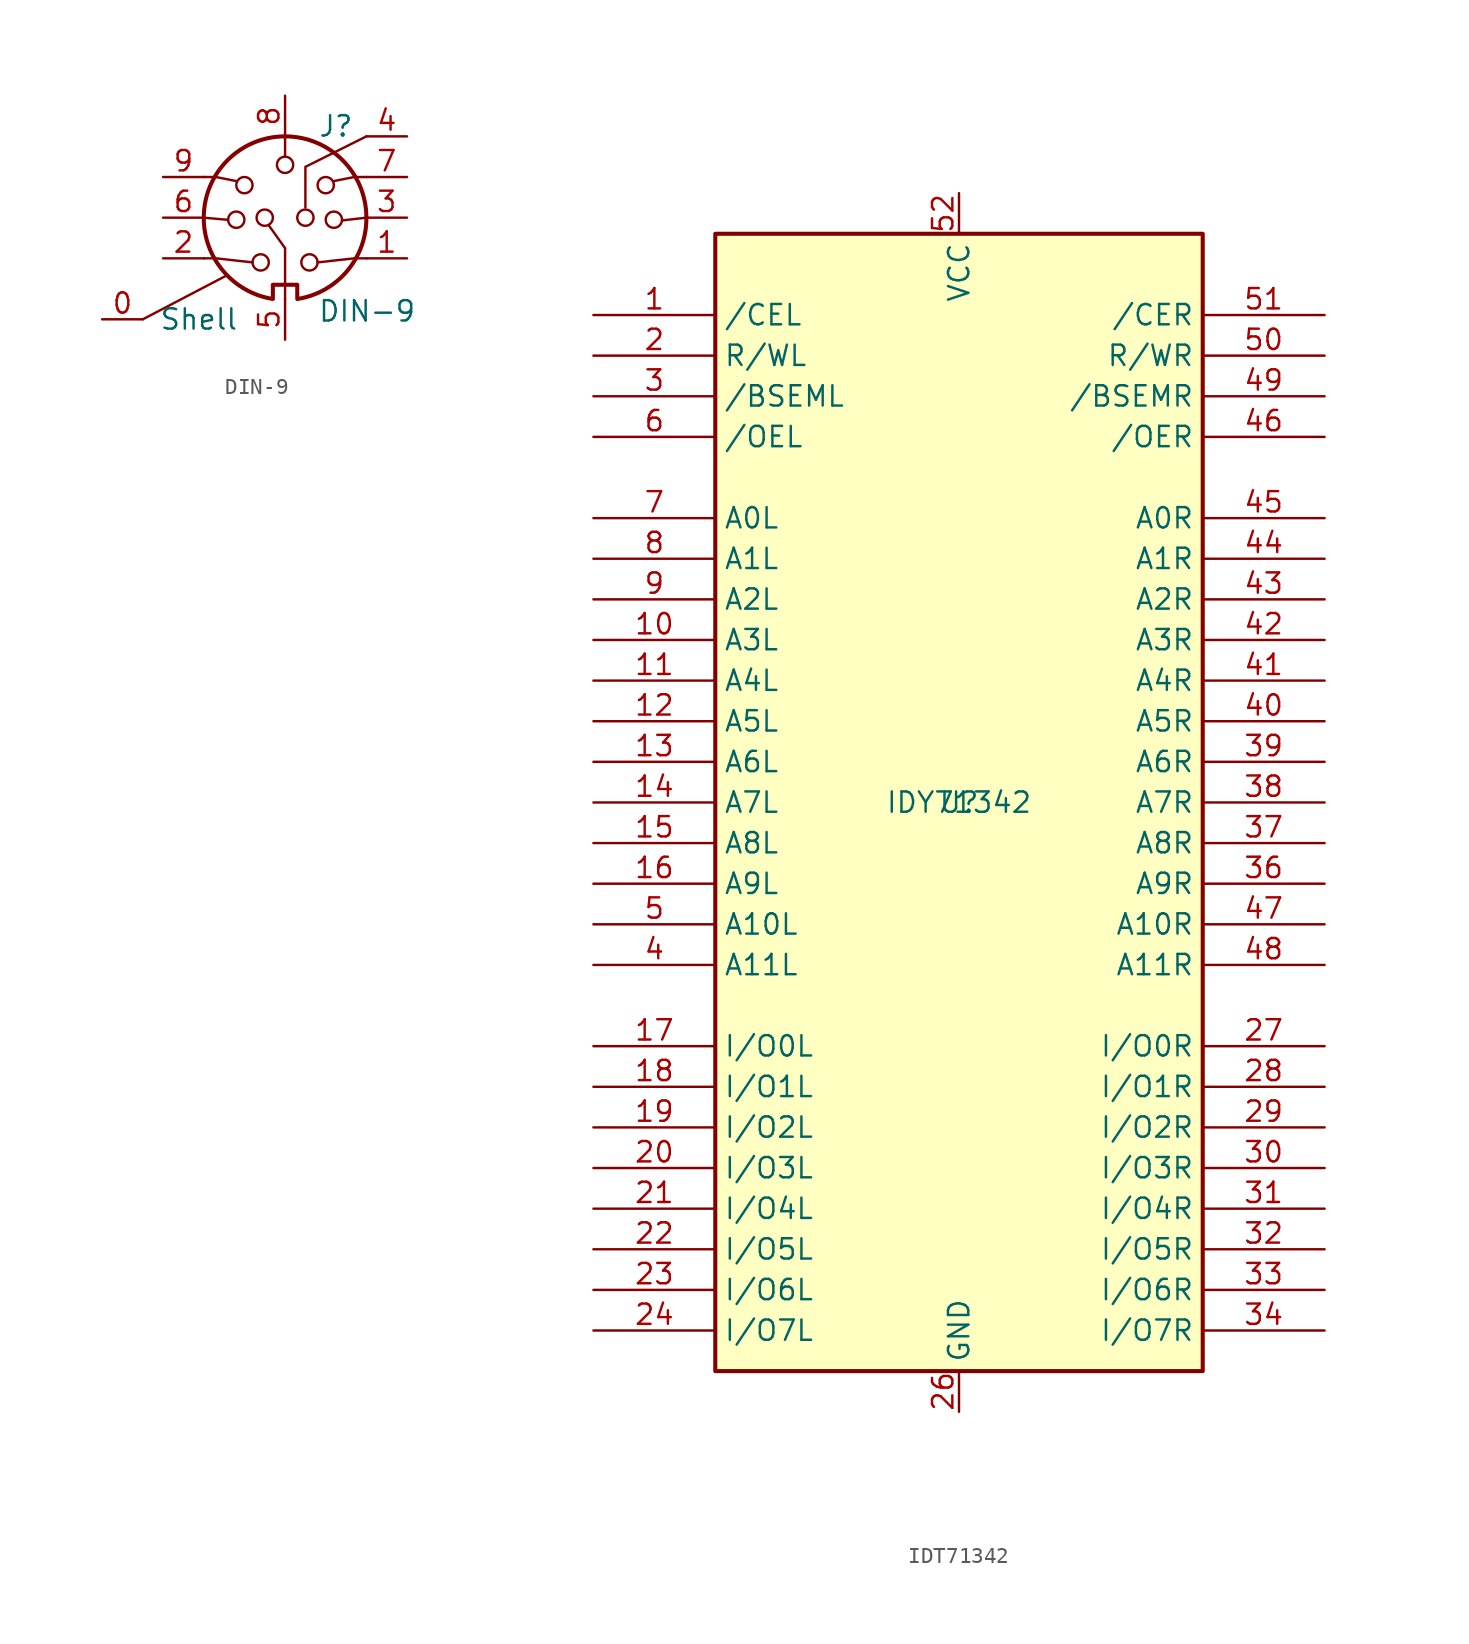
<source format=kicad_sym>
(kicad_symbol_lib
  (version 20241209)
  (generator "kicad_symbol_editor")
  (generator_version "9.0")
  (symbol "DIN-9"
    (pin_names
      (offset 1.016))
    (property "Reference" "J"
      (at 3.175 5.715 0)
      (effects (font (size 1.27 1.27))))
    (property "Value" "DIN-9"
      (at 2.032 -5.842 0)
      (effects (font (size 1.27 1.27)) (justify left)))
    (symbol "DIN-9_0_1"
      (polyline (pts (xy -8.89 -6.35) (xy -3.643 -3.605) (xy -3.643 -3.579)) (stroke (width 0) (type default)) (fill (type none)))
      (polyline (pts (xy -5.08 2.54) (xy -4.318 2.54) (xy -3.048 2.286)) (stroke (width 0) (type default)) (fill (type none)))
      (polyline (pts (xy -5.08 0) (xy -3.568 -0.135)) (stroke (width 0) (type default)) (fill (type none)))
      (polyline (pts (xy -5.08 -2.54) (xy -4.318 -2.54) (xy -2.032 -2.794)) (stroke (width 0) (type default)) (fill (type none)))
      (circle (center -3.048 -0.127) (radius 0.508) (stroke (width 0) (type default)) (fill (type none)))
      (circle (center -2.54 2.032) (radius 0.508) (stroke (width 0) (type default)) (fill (type none)))
      (circle (center -1.524 -2.794) (radius 0.508) (stroke (width 0) (type default)) (fill (type none)))
      (circle (center -1.27 0) (radius 0.508) (stroke (width 0) (type default)) (fill (type none)))
      (polyline (pts (xy -0.762 -4.953) (xy -0.762 -4.191) (xy 0.762 -4.191) (xy 0.762 -4.953)) (stroke (width 0.254) (type default)) (fill (type none)))
      (arc (start 5.08 0) (mid 3.8673 -3.3444) (end 0.762 -5.08) (stroke (width 0.254) (type default)) (fill (type none)))
      (polyline (pts (xy 0 5.08) (xy 0 3.81)) (stroke (width 0) (type default)) (fill (type none)))
      (circle (center 0 3.302) (radius 0.508) (stroke (width 0) (type default)) (fill (type none)))
      (arc (start -5.08 0) (mid 0 5.0579) (end 5.08 0) (stroke (width 0.254) (type default)) (fill (type none)))
      (polyline (pts (xy 0 -1.905) (xy -1.033 -0.457)) (stroke (width 0) (type default)) (fill (type none)))
      (polyline (pts (xy 0 -1.905) (xy 0 -5.08)) (stroke (width 0) (type default)) (fill (type none)))
      (arc (start -0.762 -5.08) (mid -3.8597 -3.3379) (end -5.08 0) (stroke (width 0.254) (type default)) (fill (type none)))
      (polyline (pts (xy 1.27 0.635) (xy 1.27 3.175) (xy 5.08 5.08)) (stroke (width 0) (type default)) (fill (type none)))
      (circle (center 1.27 0) (radius 0.508) (stroke (width 0) (type default)) (fill (type none)))
      (circle (center 1.524 -2.794) (radius 0.508) (stroke (width 0) (type default)) (fill (type none)))
      (circle (center 2.54 2.032) (radius 0.508) (stroke (width 0) (type default)) (fill (type none)))
      (circle (center 3.048 -0.127) (radius 0.508) (stroke (width 0) (type default)) (fill (type none)))
      (polyline (pts (xy 5.08 2.54) (xy 4.318 2.54) (xy 3.048 2.286)) (stroke (width 0) (type default)) (fill (type none)))
      (polyline (pts (xy 5.08 0) (xy 3.594 -0.169)) (stroke (width 0) (type default)) (fill (type none)))
      (polyline (pts (xy 5.08 -2.54) (xy 4.318 -2.54) (xy 2.032 -2.794)) (stroke (width 0) (type default)) (fill (type none))))
    (symbol "DIN-9_1_1"
      (pin passive line (at -11.43 -6.35 0) (length 2.54) (name "Shell" (effects (font (size 1.27 1.27)))) (number "0" (effects (font (size 1.27 1.27)))))
      (pin passive line (at -7.62 2.54 0) (length 2.54) (name "~" (effects (font (size 1.27 1.27)))) (number "9" (effects (font (size 1.27 1.27)))))
      (pin passive line (at -7.62 0 0) (length 2.54) (name "~" (effects (font (size 1.27 1.27)))) (number "6" (effects (font (size 1.27 1.27)))))
      (pin passive line (at -7.62 -2.54 0) (length 2.54) (name "~" (effects (font (size 1.27 1.27)))) (number "2" (effects (font (size 1.27 1.27)))))
      (pin passive line (at 0 7.62 270) (length 2.54) (name "~" (effects (font (size 1.27 1.27)))) (number "8" (effects (font (size 1.27 1.27)))))
      (pin passive line (at 0 -7.62 90) (length 2.54) (name "~" (effects (font (size 1.27 1.27)))) (number "5" (effects (font (size 1.27 1.27)))))
      (pin passive line (at 7.62 5.08 180) (length 2.54) (name "~" (effects (font (size 1.27 1.27)))) (number "4" (effects (font (size 1.27 1.27)))))
      (pin passive line (at 7.62 2.54 180) (length 2.54) (name "~" (effects (font (size 1.27 1.27)))) (number "7" (effects (font (size 1.27 1.27)))))
      (pin passive line (at 7.62 0 180) (length 2.54) (name "~" (effects (font (size 1.27 1.27)))) (number "3" (effects (font (size 1.27 1.27)))))
      (pin passive line (at 7.62 -2.54 180) (length 2.54) (name "~" (effects (font (size 1.27 1.27)))) (number "1" (effects (font (size 1.27 1.27)))))))
  (symbol "IDT71342"
    (property "Reference" "U"
      (at 0 0 0)
      (effects (font (size 1.27 1.27))))
    (property "Value" "IDY71342"
      (at 0 0 0)
      (effects (font (size 1.27 1.27))))
    (symbol "IDT71342_0_1"
      (rectangle (start -15.24 35.56) (end 15.24 -35.56) (stroke (width 0.254) (type default)) (fill (type background))))
    (symbol "IDT71342_1_0"
      (pin no_connect line (at -5.715 -38.1 90) (length 2.54) (hide yes) (name "NC" (effects (font (size 1.27 1.27)))) (number "25" (effects (font (size 1.27 1.27)))))
      (pin no_connect line (at -3.175 -38.1 90) (length 2.54) (hide yes) (name "NC" (effects (font (size 1.27 1.27)))) (number "35" (effects (font (size 1.27 1.27))))))
    (symbol "IDT71342_1_1"
      (pin input line (at -22.86 30.48 0) (length 7.62) (name "/CEL" (effects (font (size 1.27 1.27)))) (number "1" (effects (font (size 1.27 1.27)))))
      (pin input line (at -22.86 27.94 0) (length 7.62) (name "R/WL" (effects (font (size 1.27 1.27)))) (number "2" (effects (font (size 1.27 1.27)))))
      (pin output line (at -22.86 25.4 0) (length 7.62) (name "/BSEML" (effects (font (size 1.27 1.27)))) (number "3" (effects (font (size 1.27 1.27)))))
      (pin input line (at -22.86 22.86 0) (length 7.62) (name "/OEL" (effects (font (size 1.27 1.27)))) (number "6" (effects (font (size 1.27 1.27)))))
      (pin input line (at -22.86 17.78 0) (length 7.62) (name "A0L" (effects (font (size 1.27 1.27)))) (number "7" (effects (font (size 1.27 1.27)))))
      (pin input line (at -22.86 15.24 0) (length 7.62) (name "A1L" (effects (font (size 1.27 1.27)))) (number "8" (effects (font (size 1.27 1.27)))))
      (pin input line (at -22.86 12.7 0) (length 7.62) (name "A2L" (effects (font (size 1.27 1.27)))) (number "9" (effects (font (size 1.27 1.27)))))
      (pin input line (at -22.86 10.16 0) (length 7.62) (name "A3L" (effects (font (size 1.27 1.27)))) (number "10" (effects (font (size 1.27 1.27)))))
      (pin input line (at -22.86 7.62 0) (length 7.62) (name "A4L" (effects (font (size 1.27 1.27)))) (number "11" (effects (font (size 1.27 1.27)))))
      (pin input line (at -22.86 5.08 0) (length 7.62) (name "A5L" (effects (font (size 1.27 1.27)))) (number "12" (effects (font (size 1.27 1.27)))))
      (pin input line (at -22.86 2.54 0) (length 7.62) (name "A6L" (effects (font (size 1.27 1.27)))) (number "13" (effects (font (size 1.27 1.27)))))
      (pin input line (at -22.86 0 0) (length 7.62) (name "A7L" (effects (font (size 1.27 1.27)))) (number "14" (effects (font (size 1.27 1.27)))))
      (pin input line (at -22.86 -2.54 0) (length 7.62) (name "A8L" (effects (font (size 1.27 1.27)))) (number "15" (effects (font (size 1.27 1.27)))))
      (pin input line (at -22.86 -5.08 0) (length 7.62) (name "A9L" (effects (font (size 1.27 1.27)))) (number "16" (effects (font (size 1.27 1.27)))))
      (pin input line (at -22.86 -7.62 0) (length 7.62) (name "A10L" (effects (font (size 1.27 1.27)))) (number "5" (effects (font (size 1.27 1.27)))))
      (pin input line (at -22.86 -10.16 0) (length 7.62) (name "A11L" (effects (font (size 1.27 1.27)))) (number "4" (effects (font (size 1.27 1.27)))))
      (pin input line (at -22.86 -15.24 0) (length 7.62) (name "I/O0L" (effects (font (size 1.27 1.27)))) (number "17" (effects (font (size 1.27 1.27)))))
      (pin input line (at -22.86 -17.78 0) (length 7.62) (name "I/O1L" (effects (font (size 1.27 1.27)))) (number "18" (effects (font (size 1.27 1.27)))))
      (pin input line (at -22.86 -20.32 0) (length 7.62) (name "I/O2L" (effects (font (size 1.27 1.27)))) (number "19" (effects (font (size 1.27 1.27)))))
      (pin input line (at -22.86 -22.86 0) (length 7.62) (name "I/O3L" (effects (font (size 1.27 1.27)))) (number "20" (effects (font (size 1.27 1.27)))))
      (pin input line (at -22.86 -25.4 0) (length 7.62) (name "I/O4L" (effects (font (size 1.27 1.27)))) (number "21" (effects (font (size 1.27 1.27)))))
      (pin input line (at -22.86 -27.94 0) (length 7.62) (name "I/O5L" (effects (font (size 1.27 1.27)))) (number "22" (effects (font (size 1.27 1.27)))))
      (pin input line (at -22.86 -30.48 0) (length 7.62) (name "I/O6L" (effects (font (size 1.27 1.27)))) (number "23" (effects (font (size 1.27 1.27)))))
      (pin input line (at -22.86 -33.02 0) (length 7.62) (name "I/O7L" (effects (font (size 1.27 1.27)))) (number "24" (effects (font (size 1.27 1.27)))))
      (pin power_in line (at 0 38.1 270) (length 2.54) (name "VCC" (effects (font (size 1.27 1.27)))) (number "52" (effects (font (size 1.27 1.27)))))
      (pin power_in line (at 0 -38.1 90) (length 2.54) (name "GND" (effects (font (size 1.27 1.27)))) (number "26" (effects (font (size 1.27 1.27)))))
      (pin input line (at 22.86 30.48 180) (length 7.62) (name "/CER" (effects (font (size 1.27 1.27)))) (number "51" (effects (font (size 1.27 1.27)))))
      (pin input line (at 22.86 27.94 180) (length 7.62) (name "R/WR" (effects (font (size 1.27 1.27)))) (number "50" (effects (font (size 1.27 1.27)))))
      (pin output line (at 22.86 25.4 180) (length 7.62) (name "/BSEMR" (effects (font (size 1.27 1.27)))) (number "49" (effects (font (size 1.27 1.27)))))
      (pin input line (at 22.86 22.86 180) (length 7.62) (name "/OER" (effects (font (size 1.27 1.27)))) (number "46" (effects (font (size 1.27 1.27)))))
      (pin input line (at 22.86 17.78 180) (length 7.62) (name "A0R" (effects (font (size 1.27 1.27)))) (number "45" (effects (font (size 1.27 1.27)))))
      (pin input line (at 22.86 15.24 180) (length 7.62) (name "A1R" (effects (font (size 1.27 1.27)))) (number "44" (effects (font (size 1.27 1.27)))))
      (pin input line (at 22.86 12.7 180) (length 7.62) (name "A2R" (effects (font (size 1.27 1.27)))) (number "43" (effects (font (size 1.27 1.27)))))
      (pin input line (at 22.86 10.16 180) (length 7.62) (name "A3R" (effects (font (size 1.27 1.27)))) (number "42" (effects (font (size 1.27 1.27)))))
      (pin input line (at 22.86 7.62 180) (length 7.62) (name "A4R" (effects (font (size 1.27 1.27)))) (number "41" (effects (font (size 1.27 1.27)))))
      (pin input line (at 22.86 5.08 180) (length 7.62) (name "A5R" (effects (font (size 1.27 1.27)))) (number "40" (effects (font (size 1.27 1.27)))))
      (pin input line (at 22.86 2.54 180) (length 7.62) (name "A6R" (effects (font (size 1.27 1.27)))) (number "39" (effects (font (size 1.27 1.27)))))
      (pin input line (at 22.86 0 180) (length 7.62) (name "A7R" (effects (font (size 1.27 1.27)))) (number "38" (effects (font (size 1.27 1.27)))))
      (pin input line (at 22.86 -2.54 180) (length 7.62) (name "A8R" (effects (font (size 1.27 1.27)))) (number "37" (effects (font (size 1.27 1.27)))))
      (pin input line (at 22.86 -5.08 180) (length 7.62) (name "A9R" (effects (font (size 1.27 1.27)))) (number "36" (effects (font (size 1.27 1.27)))))
      (pin input line (at 22.86 -7.62 180) (length 7.62) (name "A10R" (effects (font (size 1.27 1.27)))) (number "47" (effects (font (size 1.27 1.27)))))
      (pin input line (at 22.86 -10.16 180) (length 7.62) (name "A11R" (effects (font (size 1.27 1.27)))) (number "48" (effects (font (size 1.27 1.27)))))
      (pin input line (at 22.86 -15.24 180) (length 7.62) (name "I/O0R" (effects (font (size 1.27 1.27)))) (number "27" (effects (font (size 1.27 1.27)))))
      (pin input line (at 22.86 -17.78 180) (length 7.62) (name "I/O1R" (effects (font (size 1.27 1.27)))) (number "28" (effects (font (size 1.27 1.27)))))
      (pin input line (at 22.86 -20.32 180) (length 7.62) (name "I/O2R" (effects (font (size 1.27 1.27)))) (number "29" (effects (font (size 1.27 1.27)))))
      (pin input line (at 22.86 -22.86 180) (length 7.62) (name "I/O3R" (effects (font (size 1.27 1.27)))) (number "30" (effects (font (size 1.27 1.27)))))
      (pin input line (at 22.86 -25.4 180) (length 7.62) (name "I/O4R" (effects (font (size 1.27 1.27)))) (number "31" (effects (font (size 1.27 1.27)))))
      (pin input line (at 22.86 -27.94 180) (length 7.62) (name "I/O5R" (effects (font (size 1.27 1.27)))) (number "32" (effects (font (size 1.27 1.27)))))
      (pin input line (at 22.86 -30.48 180) (length 7.62) (name "I/O6R" (effects (font (size 1.27 1.27)))) (number "33" (effects (font (size 1.27 1.27)))))
      (pin input line (at 22.86 -33.02 180) (length 7.62) (name "I/O7R" (effects (font (size 1.27 1.27)))) (number "34" (effects (font (size 1.27 1.27))))))))
</source>
